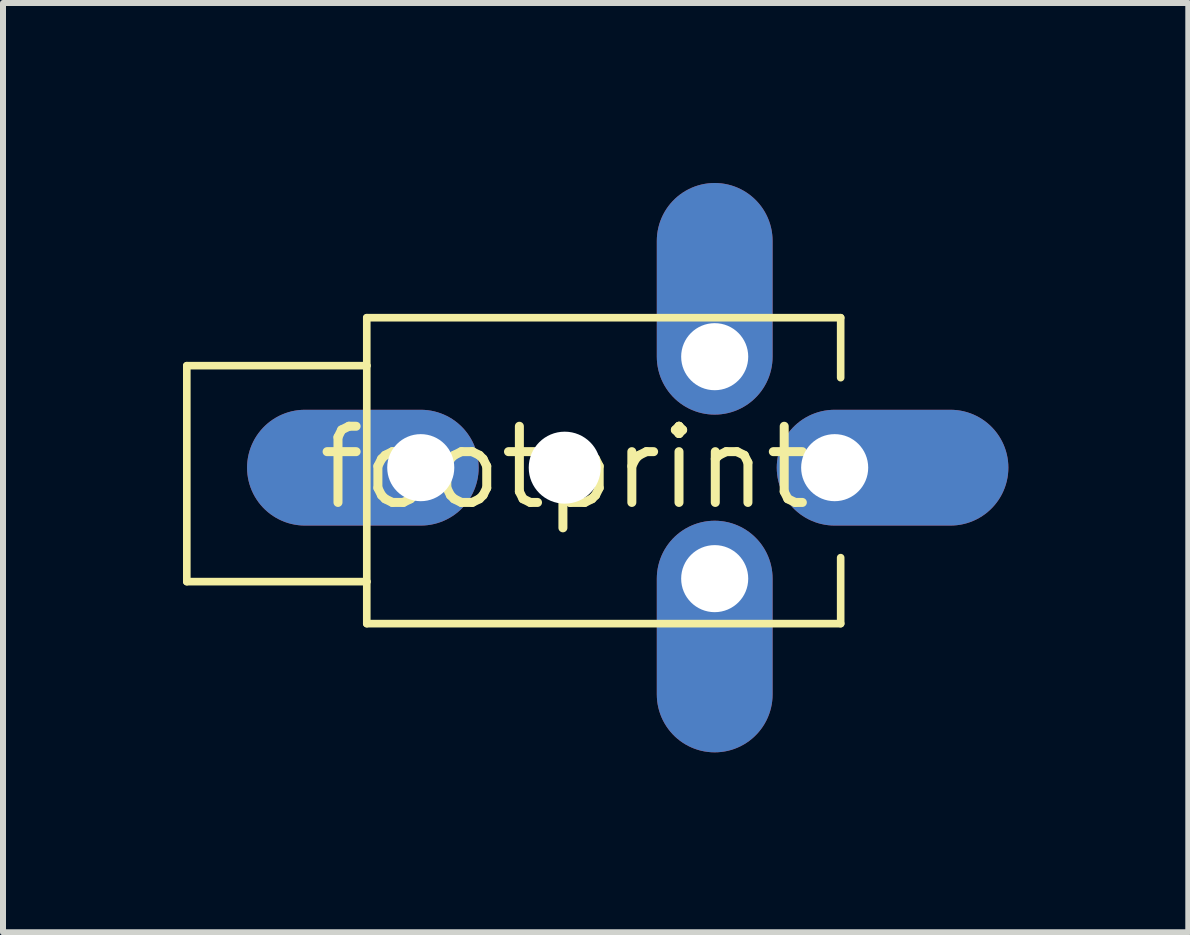
<source format=kicad_pcb>
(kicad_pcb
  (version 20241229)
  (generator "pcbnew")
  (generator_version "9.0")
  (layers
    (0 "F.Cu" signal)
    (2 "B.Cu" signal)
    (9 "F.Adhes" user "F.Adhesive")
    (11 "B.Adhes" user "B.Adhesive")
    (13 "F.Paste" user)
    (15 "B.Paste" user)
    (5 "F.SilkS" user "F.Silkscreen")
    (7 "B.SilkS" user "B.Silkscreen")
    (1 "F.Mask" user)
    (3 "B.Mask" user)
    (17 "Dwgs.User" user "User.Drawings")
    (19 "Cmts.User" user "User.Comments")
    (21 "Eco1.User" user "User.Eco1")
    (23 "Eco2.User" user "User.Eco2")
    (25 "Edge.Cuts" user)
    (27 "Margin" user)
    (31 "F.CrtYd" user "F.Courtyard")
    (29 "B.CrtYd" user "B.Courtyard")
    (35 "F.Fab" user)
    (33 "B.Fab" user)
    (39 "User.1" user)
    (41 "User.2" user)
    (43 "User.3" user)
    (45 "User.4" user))
  (footprint "footprint"
    (layer "F.Cu")
    (at 6.364 4.746)
    (property "Reference" "footprint" (at 0 0 0) (layer "F.SilkS") (effects (font (size 1.27 1.27) (thickness 0.15))))
    (fp_line (start -6.3 -1.7) (end -6.3 1.9) (stroke (width 0.127) (type solid)) (layer "F.SilkS"))
    (fp_line (start -6.3 1.9) (end -3.3 1.9) (stroke (width 0.127) (type solid)) (layer "F.SilkS"))
    (fp_line (start -3.3 -2.5) (end -3.3 -1.7) (stroke (width 0.127) (type solid)) (layer "F.SilkS"))
    (fp_line (start -3.3 -1.7) (end -6.3 -1.7) (stroke (width 0.127) (type solid)) (layer "F.SilkS"))
    (fp_line (start -3.3 -1.7) (end -3.3 1.9) (stroke (width 0.127) (type solid)) (layer "F.SilkS"))
    (fp_line (start -3.3 1.9) (end -3.3 2.6) (stroke (width 0.127) (type solid)) (layer "F.SilkS"))
    (fp_line (start -3.3 2.6) (end 4.6 2.6) (stroke (width 0.127) (type solid)) (layer "F.SilkS"))
    (fp_line (start 4.6 -2.5) (end -3.3 -2.5) (stroke (width 0.127) (type solid)) (layer "F.SilkS"))
    (fp_line (start 4.6 -1.5) (end 4.6 -2.5) (stroke (width 0.127) (type solid)) (layer "F.SilkS"))
    (fp_line (start 4.6 2.6) (end 4.6 1.5) (stroke (width 0.127) (type solid)) (layer "F.SilkS"))
    (pad "" np_thru_hole circle (at 0 0) (size 1.2 1.2) (drill 1.2) (layers "*.Cu" "*.Mask"))
    (pad "RING1" thru_hole oval (at 2.5 1.85 270) (size 3.861 1.93) (drill 1.118 (offset 0.965 0)) (layers "*.Cu" "*.Mask"))
    (pad "RING2" thru_hole oval (at 2.5 -1.85 90) (size 3.861 1.93) (drill 1.118 (offset 0.965 0)) (layers "*.Cu" "*.Mask"))
    (pad "SHIELD" thru_hole oval (at -2.4 0 180) (size 3.861 1.93) (drill 1.118 (offset 0.965 0)) (layers "*.Cu" "*.Mask"))
    (pad "TIP" thru_hole oval (at 4.5 0) (size 3.861 1.93) (drill 1.118 (offset 0.965 0)) (layers "*.Cu" "*.Mask")))
  (gr_rect
    (start -3 -3)
    (end 16.759 12.491)
    (stroke (width 0.1) (type default))
    (fill no)
    (layer "Edge.Cuts")))
</source>
